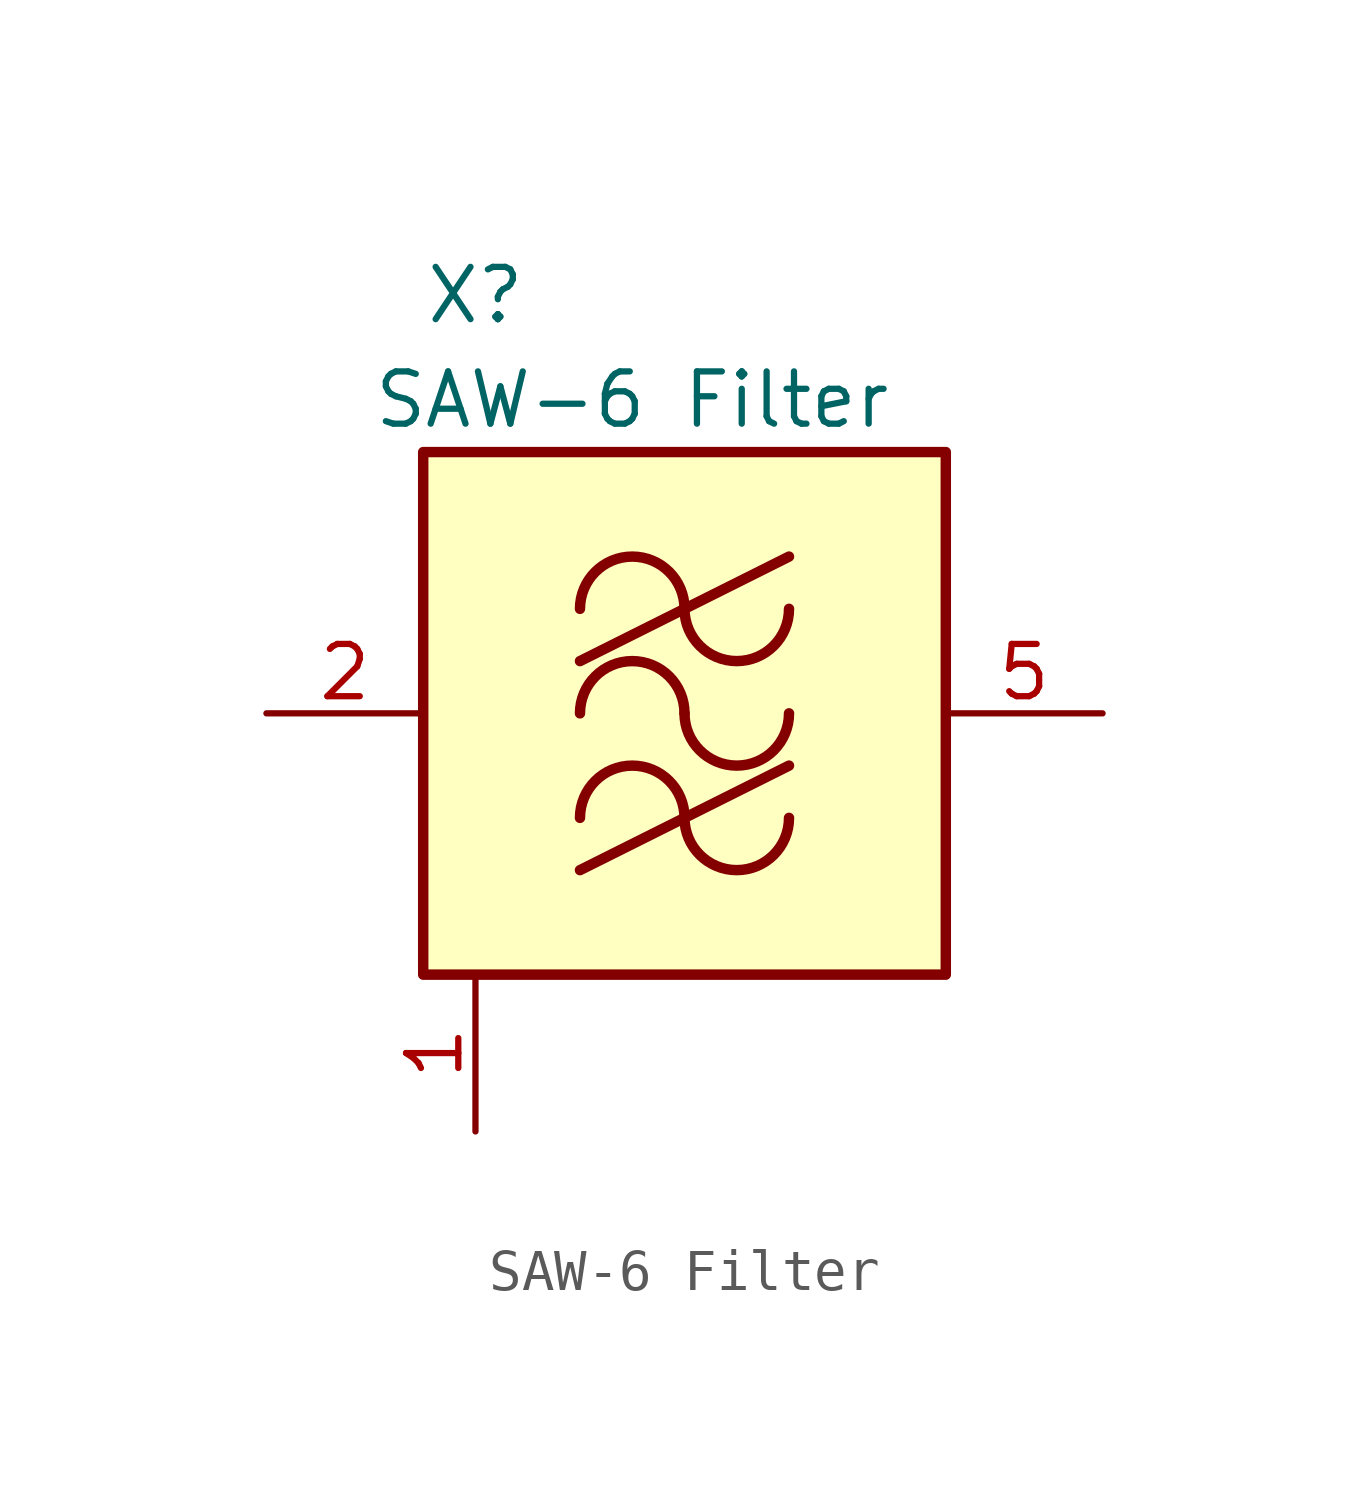
<source format=kicad_sym>
(kicad_symbol_lib
  (version 20211014)
  (generator kicad_symbol_editor)
  (symbol "SAW-6 Filter"
    (pin_names hide)
    (property "Reference" "X"
      (at -5.08 10.16 0)
      (effects (font (size 1.27 1.27))))
    (property "Value" "SAW-6 Filter"
      (at -1.27 7.62 0)
      (effects (font (size 1.27 1.27))))
    (symbol "SAW-6 Filter_1_1"
      (rectangle (start -6.35 6.35) (end 6.35 -6.35) (stroke (width 0.254) (type default) (color 0 0 0 0)) (fill (type background)))
      (arc (start 0 -2.54) (mid -1.27 -1.27) (end -2.54 -2.54) (stroke (width 0.254) (type default) (color 0 0 0 0)) (fill (type none)))
      (arc (start 0 -2.54) (mid 1.27 -3.81) (end 2.54 -2.54) (stroke (width 0.254) (type default) (color 0 0 0 0)) (fill (type none)))
      (arc (start 0 0) (mid -1.27 1.27) (end -2.54 0) (stroke (width 0.254) (type default) (color 0 0 0 0)) (fill (type none)))
      (polyline (pts (xy -2.54 -3.81) (xy 2.54 -1.27)) (stroke (width 0.254) (type default) (color 0 0 0 0)) (fill (type none)))
      (polyline (pts (xy -2.54 1.27) (xy 2.54 3.81)) (stroke (width 0.254) (type default) (color 0 0 0 0)) (fill (type none)))
      (arc (start 0 0) (mid 1.27 -1.27) (end 2.54 0) (stroke (width 0.254) (type default) (color 0 0 0 0)) (fill (type none)))
      (arc (start 0 2.54) (mid -1.27 3.81) (end -2.54 2.54) (stroke (width 0.254) (type default) (color 0 0 0 0)) (fill (type none)))
      (arc (start 0 2.54) (mid 1.27 1.27) (end 2.54 2.54) (stroke (width 0.254) (type default) (color 0 0 0 0)) (fill (type none)))
      (pin power_in line (at -5.08 -10.16 90) (length 3.81) (name "GND" (effects (font (size 1.27 1.27)))) (number "1" (effects (font (size 1.27 1.27)))))
      (pin input line (at -10.16 0 0) (length 3.81) (name "IN" (effects (font (size 1.27 1.27)))) (number "2" (effects (font (size 1.27 1.27)))))
      (pin passive line (at -5.08 -10.16 90) (length 3.81) hide (name "GND" (effects (font (size 1.27 1.27)))) (number "3" (effects (font (size 1.27 1.27)))))
      (pin passive line (at -5.08 -10.16 90) (length 3.81) hide (name "GND" (effects (font (size 1.27 1.27)))) (number "4" (effects (font (size 1.27 1.27)))))
      (pin output line (at 10.16 0 180) (length 3.81) (name "OUT" (effects (font (size 1.27 1.27)))) (number "5" (effects (font (size 1.27 1.27)))))
      (pin passive line (at -5.08 -10.16 90) (length 3.81) hide (name "GND" (effects (font (size 1.27 1.27)))) (number "6" (effects (font (size 1.27 1.27))))))))
</source>
